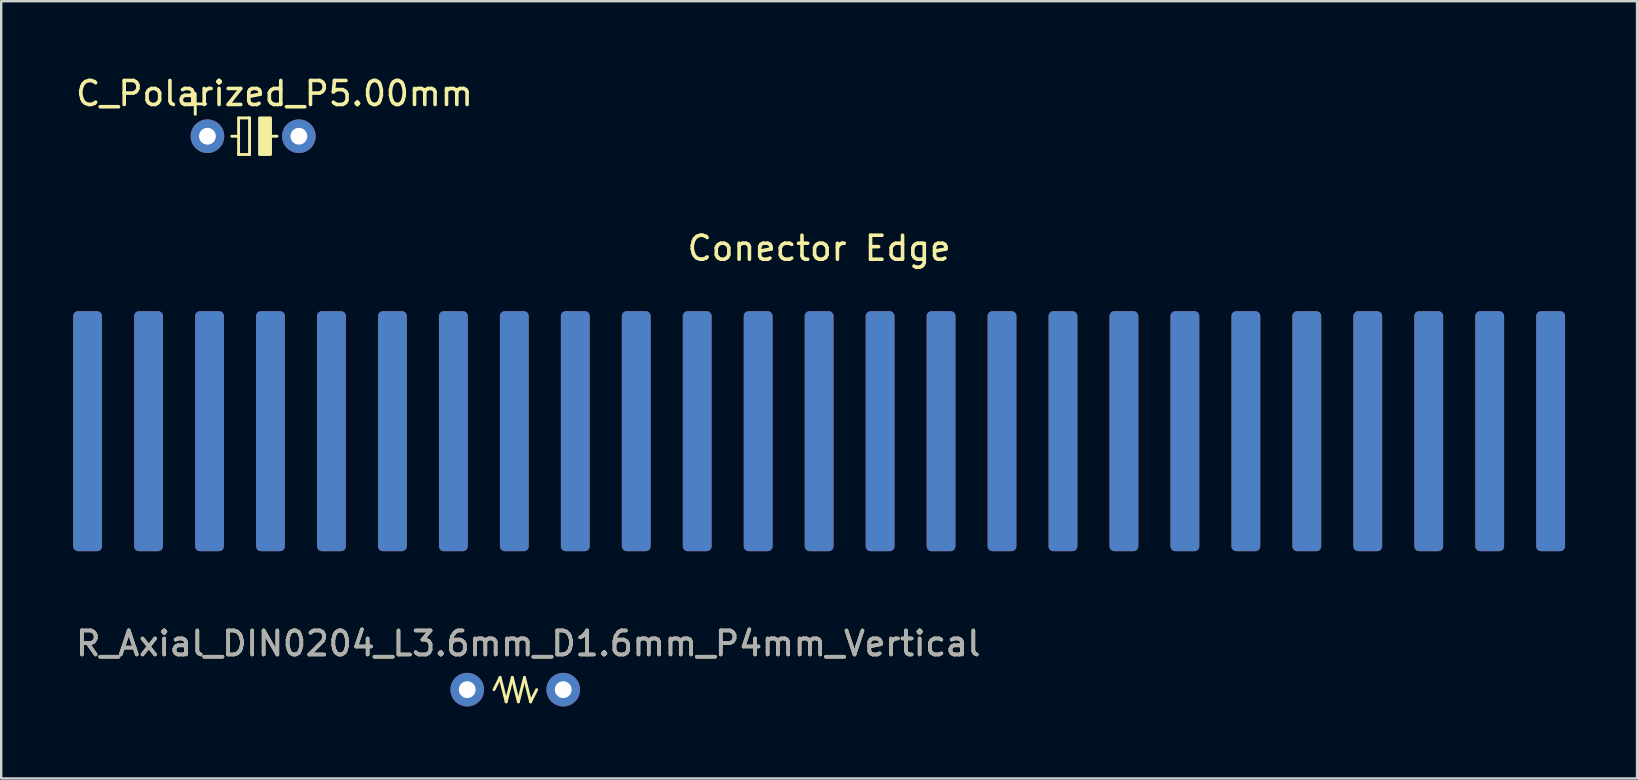
<source format=kicad_pcb>
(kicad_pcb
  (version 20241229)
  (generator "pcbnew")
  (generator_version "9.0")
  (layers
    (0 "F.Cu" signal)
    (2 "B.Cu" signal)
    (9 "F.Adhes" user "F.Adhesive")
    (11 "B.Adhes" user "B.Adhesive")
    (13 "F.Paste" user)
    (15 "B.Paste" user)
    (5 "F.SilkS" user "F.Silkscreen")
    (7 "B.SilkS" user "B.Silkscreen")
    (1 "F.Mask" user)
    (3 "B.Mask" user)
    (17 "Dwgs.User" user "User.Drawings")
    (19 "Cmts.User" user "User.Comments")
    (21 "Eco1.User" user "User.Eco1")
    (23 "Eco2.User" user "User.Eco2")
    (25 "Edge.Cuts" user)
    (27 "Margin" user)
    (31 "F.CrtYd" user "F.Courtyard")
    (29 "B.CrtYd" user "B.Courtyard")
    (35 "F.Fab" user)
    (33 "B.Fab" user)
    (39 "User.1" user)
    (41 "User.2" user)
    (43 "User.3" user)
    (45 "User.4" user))
  (footprint "Conector Edge"
    (layer "F.Cu")
    (at 31.08 14.916)
    (property "Reference" "Conector Edge" (at 0 -7.62 0) (unlocked yes) (layer "F.SilkS") (effects (font (size 1 1) (thickness 0.15))))
    (pad "1" connect roundrect (at -30.48 0) (size 1.2 10) (layers "F.Cu" "F.Mask") (roundrect_rratio 0.167))
    (pad "2" connect roundrect (at -27.94 0) (size 1.2 10) (layers "F.Cu" "F.Mask") (roundrect_rratio 0.167))
    (pad "3" connect roundrect (at -25.4 0) (size 1.2 10) (layers "F.Cu" "F.Mask") (roundrect_rratio 0.167))
    (pad "4" connect roundrect (at -22.86 0) (size 1.2 10) (layers "F.Cu" "F.Mask") (roundrect_rratio 0.167))
    (pad "5" connect roundrect (at -20.32 0) (size 1.2 10) (layers "F.Cu" "F.Mask") (roundrect_rratio 0.167))
    (pad "6" connect roundrect (at -17.78 0) (size 1.2 10) (layers "F.Cu" "F.Mask") (roundrect_rratio 0.167))
    (pad "7" connect roundrect (at -15.24 0) (size 1.2 10) (layers "F.Cu" "F.Mask") (roundrect_rratio 0.167))
    (pad "8" connect roundrect (at -12.7 0) (size 1.2 10) (layers "F.Cu" "F.Mask") (roundrect_rratio 0.167))
    (pad "9" connect roundrect (at -10.16 0) (size 1.2 10) (layers "F.Cu" "F.Mask") (roundrect_rratio 0.167))
    (pad "10" connect roundrect (at -7.62 0) (size 1.2 10) (layers "F.Cu" "F.Mask") (roundrect_rratio 0.167))
    (pad "11" connect roundrect (at -5.08 0) (size 1.2 10) (layers "F.Cu" "F.Mask") (roundrect_rratio 0.167))
    (pad "12" connect roundrect (at -2.54 0) (size 1.2 10) (layers "F.Cu" "F.Mask") (roundrect_rratio 0.167))
    (pad "13" connect roundrect (at 0 0) (size 1.2 10) (layers "F.Cu" "F.Mask") (roundrect_rratio 0.167))
    (pad "14" connect roundrect (at 2.54 0) (size 1.2 10) (layers "F.Cu" "F.Mask") (roundrect_rratio 0.167))
    (pad "15" connect roundrect (at 5.08 0) (size 1.2 10) (layers "F.Cu" "F.Mask") (roundrect_rratio 0.167))
    (pad "16" connect roundrect (at 7.62 0) (size 1.2 10) (layers "F.Cu" "F.Mask") (roundrect_rratio 0.167))
    (pad "17" connect roundrect (at 10.16 0) (size 1.2 10) (layers "F.Cu" "F.Mask") (roundrect_rratio 0.167))
    (pad "18" connect roundrect (at 12.7 0) (size 1.2 10) (layers "F.Cu" "F.Mask") (roundrect_rratio 0.167))
    (pad "19" connect roundrect (at 15.24 0) (size 1.2 10) (layers "F.Cu" "F.Mask") (roundrect_rratio 0.167))
    (pad "20" connect roundrect (at 17.78 0) (size 1.2 10) (layers "F.Cu" "F.Mask") (roundrect_rratio 0.167))
    (pad "21" connect roundrect (at 20.32 0) (size 1.2 10) (layers "F.Cu" "F.Mask") (roundrect_rratio 0.167))
    (pad "22" connect roundrect (at 22.86 0) (size 1.2 10) (layers "F.Cu" "F.Mask") (roundrect_rratio 0.167))
    (pad "23" connect roundrect (at 25.4 0) (size 1.2 10) (layers "F.Cu" "F.Mask") (roundrect_rratio 0.167))
    (pad "24" connect roundrect (at 27.94 0) (size 1.2 10) (layers "F.Cu" "F.Mask") (roundrect_rratio 0.167))
    (pad "25" connect roundrect (at 30.48 0) (size 1.2 10) (layers "F.Cu" "F.Mask") (roundrect_rratio 0.167))
    (pad "26" connect roundrect (at 30.48 0) (size 1.2 10) (layers "B.Cu" "B.Mask") (roundrect_rratio 0.167))
    (pad "27" connect roundrect (at 27.94 0) (size 1.2 10) (layers "B.Cu" "B.Mask") (roundrect_rratio 0.167))
    (pad "28" connect roundrect (at 25.4 0) (size 1.2 10) (layers "B.Cu" "B.Mask") (roundrect_rratio 0.167))
    (pad "29" connect roundrect (at 22.86 0) (size 1.2 10) (layers "B.Cu" "B.Mask") (roundrect_rratio 0.167))
    (pad "30" connect roundrect (at 20.32 0) (size 1.2 10) (layers "B.Cu" "B.Mask") (roundrect_rratio 0.167))
    (pad "31" connect roundrect (at 17.78 0) (size 1.2 10) (layers "B.Cu" "B.Mask") (roundrect_rratio 0.167))
    (pad "32" connect roundrect (at 15.24 0) (size 1.2 10) (layers "B.Cu" "B.Mask") (roundrect_rratio 0.167))
    (pad "33" connect roundrect (at 12.7 0) (size 1.2 10) (layers "B.Cu" "B.Mask") (roundrect_rratio 0.167))
    (pad "34" connect roundrect (at 10.16 0) (size 1.2 10) (layers "B.Cu" "B.Mask") (roundrect_rratio 0.167))
    (pad "35" connect roundrect (at 7.62 0) (size 1.2 10) (layers "B.Cu" "B.Mask") (roundrect_rratio 0.167))
    (pad "36" connect roundrect (at 5.08 0) (size 1.2 10) (layers "B.Cu" "B.Mask") (roundrect_rratio 0.167))
    (pad "37" connect roundrect (at 2.54 0) (size 1.2 10) (layers "B.Cu" "B.Mask") (roundrect_rratio 0.167))
    (pad "38" connect roundrect (at 0 0) (size 1.2 10) (layers "B.Cu" "B.Mask") (roundrect_rratio 0.167))
    (pad "39" connect roundrect (at -2.54 0) (size 1.2 10) (layers "B.Cu" "B.Mask") (roundrect_rratio 0.167))
    (pad "40" connect roundrect (at -5.08 0) (size 1.2 10) (layers "B.Cu" "B.Mask") (roundrect_rratio 0.167))
    (pad "41" connect roundrect (at -7.62 0) (size 1.2 10) (layers "B.Cu" "B.Mask") (roundrect_rratio 0.167))
    (pad "42" connect roundrect (at -10.16 0) (size 1.2 10) (layers "B.Cu" "B.Mask") (roundrect_rratio 0.167))
    (pad "43" connect roundrect (at -12.7 0) (size 1.2 10) (layers "B.Cu" "B.Mask") (roundrect_rratio 0.167))
    (pad "44" connect roundrect (at -15.24 0) (size 1.2 10) (layers "B.Cu" "B.Mask") (roundrect_rratio 0.167))
    (pad "45" connect roundrect (at -17.78 0) (size 1.2 10) (layers "B.Cu" "B.Mask") (roundrect_rratio 0.167))
    (pad "46" connect roundrect (at -20.32 0) (size 1.2 10) (layers "B.Cu" "B.Mask") (roundrect_rratio 0.167))
    (pad "47" connect roundrect (at -22.86 0) (size 1.2 10) (layers "B.Cu" "B.Mask") (roundrect_rratio 0.167))
    (pad "48" connect roundrect (at -25.4 0) (size 1.2 10) (layers "B.Cu" "B.Mask") (roundrect_rratio 0.167))
    (pad "49" connect roundrect (at -27.94 0) (size 1.2 10) (layers "B.Cu" "B.Mask") (roundrect_rratio 0.167))
    (pad "50" connect roundrect (at -30.48 0) (size 1.2 10) (layers "B.Cu" "B.Mask") (roundrect_rratio 0.167)))
  (footprint "C_Polarized_P5.00mm"
    (layer "F.Cu")
    (at 5.593 2.626)
    (property "Reference" "C_Polarized_P5.00mm" (at 2.794 -1.778 0) (layer "F.SilkS") (effects (font (size 1 1) (thickness 0.15))))
    (attr through_hole)
    (fp_line (start -0.94 -1.346) (end -0.076 -1.346) (stroke (width 0.12) (type solid)) (layer "F.SilkS"))
    (fp_line (start -0.508 -0.914) (end -0.508 -1.778) (stroke (width 0.12) (type solid)) (layer "F.SilkS"))
    (fp_line (start 1.016 0) (end 1.298 0) (stroke (width 0.12) (type solid)) (layer "F.SilkS"))
    (fp_line (start 1.298 -0.762) (end 1.298 0.762) (stroke (width 0.12) (type solid)) (layer "F.SilkS"))
    (fp_line (start 1.298 -0.762) (end 1.755 -0.762) (stroke (width 0.12) (type solid)) (layer "F.SilkS"))
    (fp_line (start 1.298 0.762) (end 1.755 0.762) (stroke (width 0.12) (type solid)) (layer "F.SilkS"))
    (fp_line (start 1.755 -0.762) (end 1.755 0.762) (stroke (width 0.12) (type solid)) (layer "F.SilkS"))
    (fp_line (start 2.517 0) (end 2.9 0) (stroke (width 0.12) (type solid)) (layer "F.SilkS"))
    (fp_rect (start 2.171 -0.762) (end 2.629 0.762) (stroke (width 0.12) (type solid)) (fill yes) (layer "F.SilkS"))
    (pad "1" thru_hole circle (at 0 0) (size 1.4 1.4) (drill 0.7) (layers "*.Cu" "*.Mask"))
    (pad "2" thru_hole circle (at 3.81 0) (size 1.4 1.4) (drill 0.7) (layers "*.Cu" "*.Mask")))
  (footprint "R_Axial_DIN0204_L3.6mm_D1.6mm_P4mm_Vertical"
    (layer "F.Cu")
    (at 16.418 25.685)
    (property "Reference" "R_Axial_DIN0204_L3.6mm_D1.6mm_P4mm_Vertical" (at 2.54 -1.92 0) (layer "F.SilkS") (effects (font (size 1 1) (thickness 0.15))))
    (attr through_hole)
    (fp_line (start 1.115 0) (end 1.369 -0.508) (stroke (width 0.12) (type solid)) (layer "F.SilkS"))
    (fp_line (start 1.623 0.508) (end 1.369 -0.508) (stroke (width 0.12) (type solid)) (layer "F.SilkS"))
    (fp_line (start 1.623 0.508) (end 1.877 -0.508) (stroke (width 0.12) (type solid)) (layer "F.SilkS"))
    (fp_line (start 2.131 0.508) (end 1.877 -0.508) (stroke (width 0.12) (type solid)) (layer "F.SilkS"))
    (fp_line (start 2.131 0.508) (end 2.385 -0.508) (stroke (width 0.12) (type solid)) (layer "F.SilkS"))
    (fp_line (start 2.639 0.508) (end 2.385 -0.508) (stroke (width 0.12) (type solid)) (layer "F.SilkS"))
    (fp_line (start 2.639 0.508) (end 2.893 0) (stroke (width 0.12) (type solid)) (layer "F.SilkS"))
    (fp_text user "${REFERENCE}" (at 2.54 -1.92 0) (layer "F.Fab") (effects (font (size 1 1) (thickness 0.15))))
    (pad "1" thru_hole circle (at 0 0) (size 1.4 1.4) (drill 0.7) (layers "*.Cu" "*.Mask"))
    (pad "2" thru_hole oval (at 4 0) (size 1.4 1.4) (drill 0.7) (layers "*.Cu" "*.Mask")))
  (gr_rect
    (start -3 -3)
    (end 65.16 29.385)
    (stroke (width 0.1) (type default))
    (fill no)
    (layer "Edge.Cuts")))
</source>
